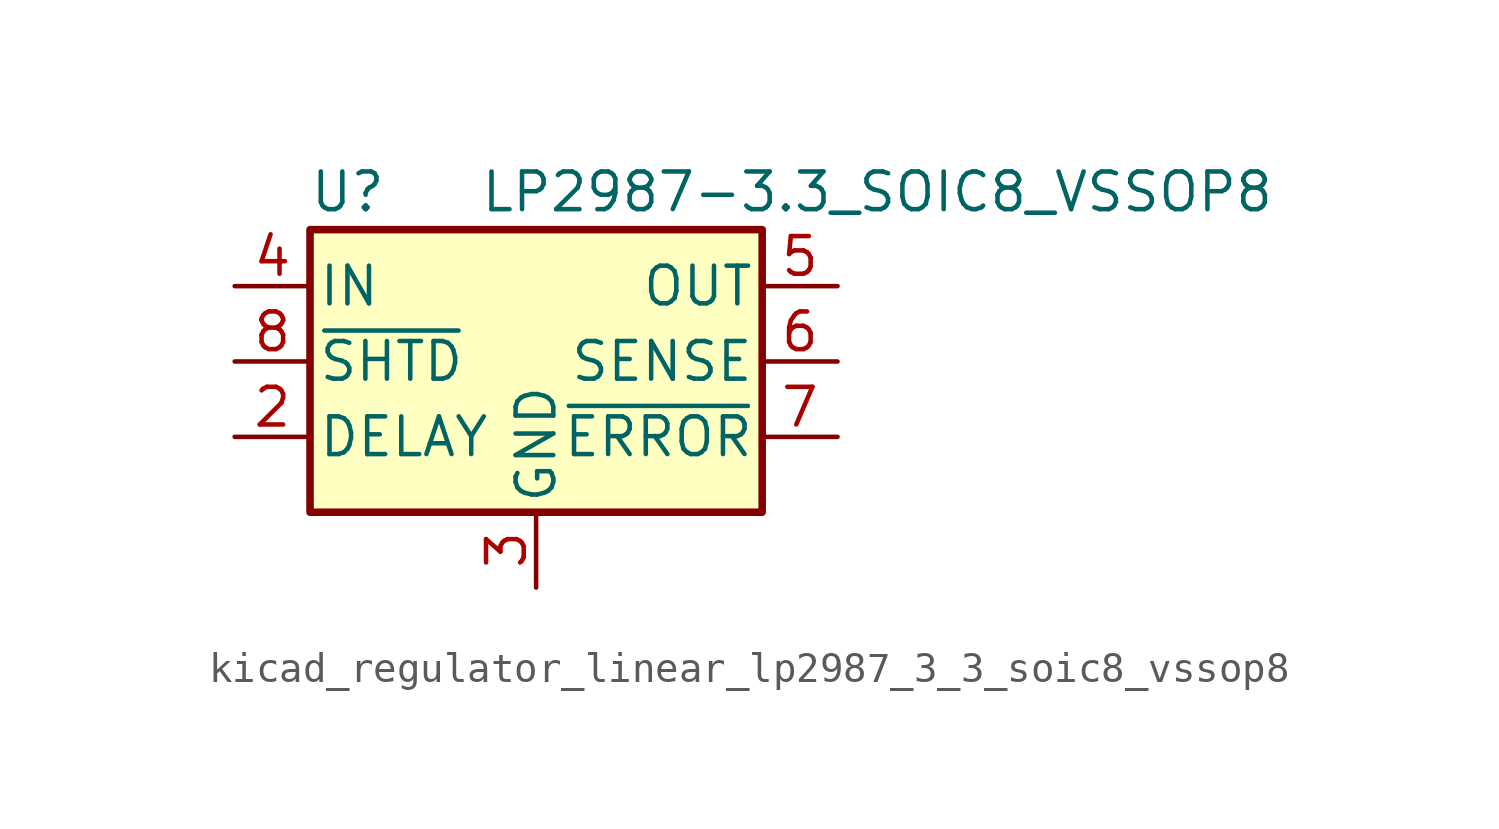
<source format=kicad_sym>
(kicad_symbol_lib
  (version 20220914)
  (generator kicad_symbol_editor)
  (symbol "kicad_regulator_linear_lp2987_3_3_soic8_vssop8"
    (pin_names
      (offset 0.254))
    (property "Reference" "U"
      (at -6.35 5.715 0)
      (effects (font (size 1.27 1.27))))
    (property "Value" "LP2987-3.3_SOIC8_VSSOP8"
      (at -1.905 5.715 0)
      (effects (font (size 1.27 1.27)) (justify left)))
    (symbol "kicad_regulator_linear_lp2987_3_3_soic8_vssop8_0_1"
      (rectangle (start -7.62 4.445) (end 7.62 -5.08) (stroke (width 0.254) (type default)) (fill (type background))))
    (symbol "kicad_regulator_linear_lp2987_3_3_soic8_vssop8_1_1"
      (pin no_connect line (at -2.54 -5.08 90) (length 2.54) hide (name "NC" (effects (font (size 1.27 1.27)))) (number "1" (effects (font (size 1.27 1.27)))))
      (pin passive line (at -10.16 -2.54 0) (length 2.54) (name "DELAY" (effects (font (size 1.27 1.27)))) (number "2" (effects (font (size 1.27 1.27)))))
      (pin power_in line (at 0 -7.62 90) (length 2.54) (name "GND" (effects (font (size 1.27 1.27)))) (number "3" (effects (font (size 1.27 1.27)))))
      (pin power_in line (at -10.16 2.54 0) (length 2.54) (name "IN" (effects (font (size 1.27 1.27)))) (number "4" (effects (font (size 1.27 1.27)))))
      (pin power_out line (at 10.16 2.54 180) (length 2.54) (name "OUT" (effects (font (size 1.27 1.27)))) (number "5" (effects (font (size 1.27 1.27)))))
      (pin input line (at 10.16 0 180) (length 2.54) (name "SENSE" (effects (font (size 1.27 1.27)))) (number "6" (effects (font (size 1.27 1.27)))))
      (pin output line (at 10.16 -2.54 180) (length 2.54) (name "~{ERROR}" (effects (font (size 1.27 1.27)))) (number "7" (effects (font (size 1.27 1.27)))))
      (pin input line (at -10.16 0 0) (length 2.54) (name "~{SHTD}" (effects (font (size 1.27 1.27)))) (number "8" (effects (font (size 1.27 1.27))))))))
</source>
